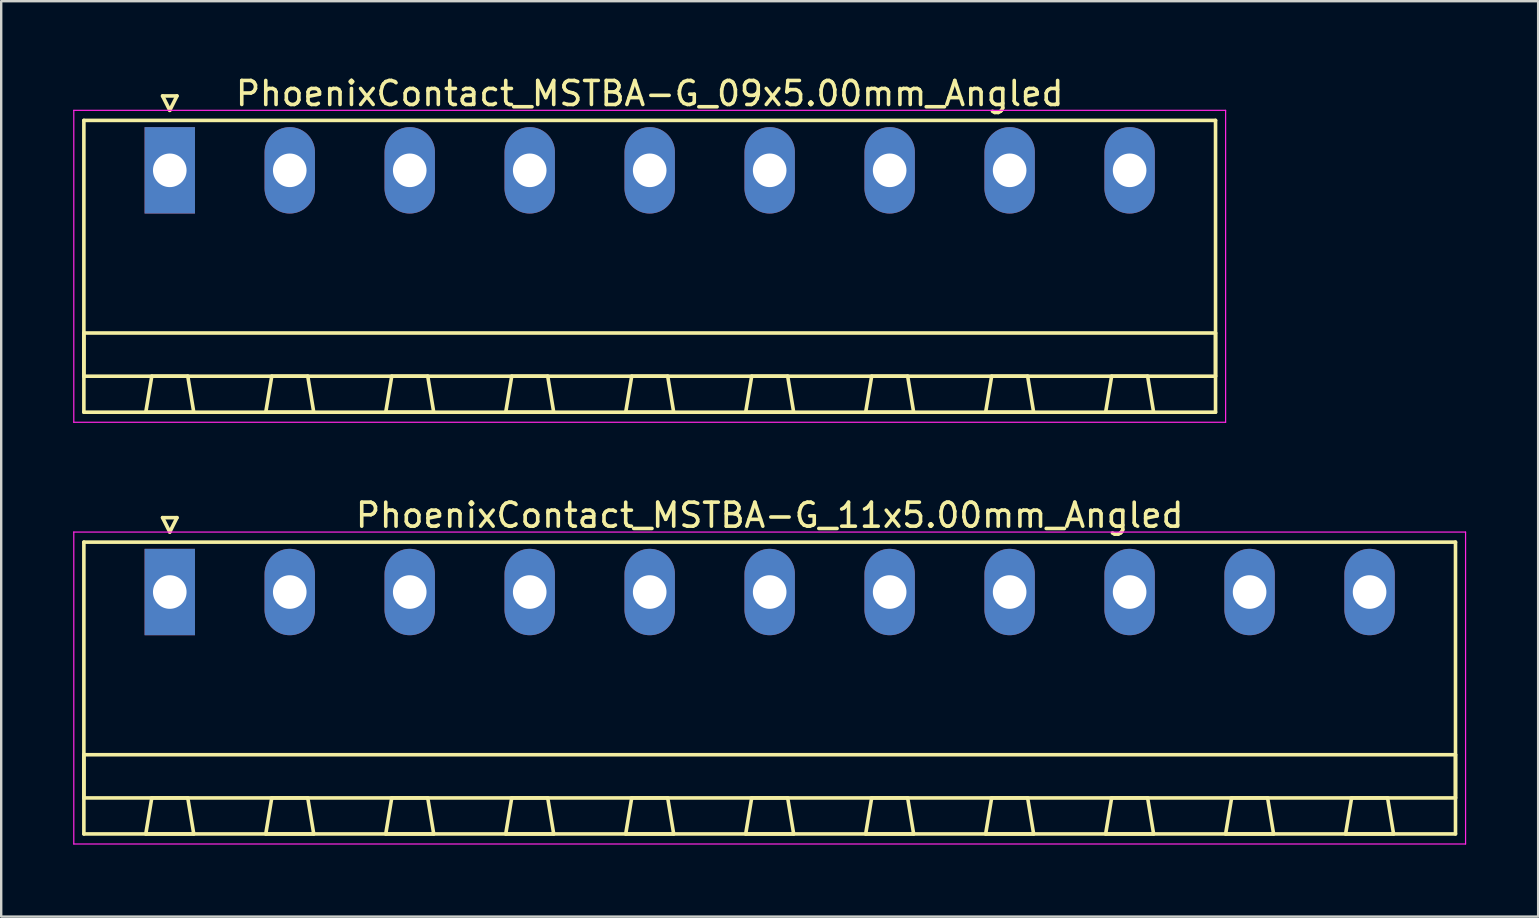
<source format=kicad_pcb>
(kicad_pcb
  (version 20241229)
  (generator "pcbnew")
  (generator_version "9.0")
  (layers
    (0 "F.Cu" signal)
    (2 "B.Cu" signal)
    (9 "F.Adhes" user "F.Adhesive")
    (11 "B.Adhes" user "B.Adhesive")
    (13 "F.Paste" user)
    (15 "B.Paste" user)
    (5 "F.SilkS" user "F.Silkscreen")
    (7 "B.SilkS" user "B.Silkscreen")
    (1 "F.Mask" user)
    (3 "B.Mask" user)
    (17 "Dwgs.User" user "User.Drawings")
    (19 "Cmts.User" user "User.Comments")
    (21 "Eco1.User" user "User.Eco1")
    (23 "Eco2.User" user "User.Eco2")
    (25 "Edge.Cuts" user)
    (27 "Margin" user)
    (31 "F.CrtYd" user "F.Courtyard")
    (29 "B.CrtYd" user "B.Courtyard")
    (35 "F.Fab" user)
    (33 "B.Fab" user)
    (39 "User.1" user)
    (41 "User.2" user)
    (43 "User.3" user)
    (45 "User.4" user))
  (footprint "PhoenixContact_MSTBA-G_09x5.00mm_Angled"
    (layer "F.Cu")
    (at 4.025 4.048)
    (property "Reference" "PhoenixContact_MSTBA-G_09x5.00mm_Angled" (at 20 -3.2 0) (layer "F.SilkS") (effects (font (size 1 1) (thickness 0.15))))
    (attr through_hole)
    (fp_line (start -3.58 -2.08) (end -3.58 10.08) (stroke (width 0.15) (type solid)) (layer "F.SilkS"))
    (fp_line (start -3.58 6.78) (end 43.58 6.78) (stroke (width 0.15) (type solid)) (layer "F.SilkS"))
    (fp_line (start -3.58 8.58) (end -3.58 6.78) (stroke (width 0.15) (type solid)) (layer "F.SilkS"))
    (fp_line (start -3.58 10.08) (end 43.58 10.08) (stroke (width 0.15) (type solid)) (layer "F.SilkS"))
    (fp_line (start -1 10.08) (end 1 10.08) (stroke (width 0.15) (type solid)) (layer "F.SilkS"))
    (fp_line (start -0.75 8.58) (end -1 10.08) (stroke (width 0.15) (type solid)) (layer "F.SilkS"))
    (fp_line (start -0.3 -3.1) (end 0 -2.5) (stroke (width 0.15) (type solid)) (layer "F.SilkS"))
    (fp_line (start 0 -2.5) (end 0.3 -3.1) (stroke (width 0.15) (type solid)) (layer "F.SilkS"))
    (fp_line (start 0.3 -3.1) (end -0.3 -3.1) (stroke (width 0.15) (type solid)) (layer "F.SilkS"))
    (fp_line (start 0.75 8.58) (end -0.75 8.58) (stroke (width 0.15) (type solid)) (layer "F.SilkS"))
    (fp_line (start 1 10.08) (end 0.75 8.58) (stroke (width 0.15) (type solid)) (layer "F.SilkS"))
    (fp_line (start 4 10.08) (end 6 10.08) (stroke (width 0.15) (type solid)) (layer "F.SilkS"))
    (fp_line (start 4.25 8.58) (end 4 10.08) (stroke (width 0.15) (type solid)) (layer "F.SilkS"))
    (fp_line (start 5.75 8.58) (end 4.25 8.58) (stroke (width 0.15) (type solid)) (layer "F.SilkS"))
    (fp_line (start 6 10.08) (end 5.75 8.58) (stroke (width 0.15) (type solid)) (layer "F.SilkS"))
    (fp_line (start 9 10.08) (end 11 10.08) (stroke (width 0.15) (type solid)) (layer "F.SilkS"))
    (fp_line (start 9.25 8.58) (end 9 10.08) (stroke (width 0.15) (type solid)) (layer "F.SilkS"))
    (fp_line (start 10.75 8.58) (end 9.25 8.58) (stroke (width 0.15) (type solid)) (layer "F.SilkS"))
    (fp_line (start 11 10.08) (end 10.75 8.58) (stroke (width 0.15) (type solid)) (layer "F.SilkS"))
    (fp_line (start 14 10.08) (end 16 10.08) (stroke (width 0.15) (type solid)) (layer "F.SilkS"))
    (fp_line (start 14.25 8.58) (end 14 10.08) (stroke (width 0.15) (type solid)) (layer "F.SilkS"))
    (fp_line (start 15.75 8.58) (end 14.25 8.58) (stroke (width 0.15) (type solid)) (layer "F.SilkS"))
    (fp_line (start 16 10.08) (end 15.75 8.58) (stroke (width 0.15) (type solid)) (layer "F.SilkS"))
    (fp_line (start 19 10.08) (end 21 10.08) (stroke (width 0.15) (type solid)) (layer "F.SilkS"))
    (fp_line (start 19.25 8.58) (end 19 10.08) (stroke (width 0.15) (type solid)) (layer "F.SilkS"))
    (fp_line (start 20.75 8.58) (end 19.25 8.58) (stroke (width 0.15) (type solid)) (layer "F.SilkS"))
    (fp_line (start 21 10.08) (end 20.75 8.58) (stroke (width 0.15) (type solid)) (layer "F.SilkS"))
    (fp_line (start 24 10.08) (end 26 10.08) (stroke (width 0.15) (type solid)) (layer "F.SilkS"))
    (fp_line (start 24.25 8.58) (end 24 10.08) (stroke (width 0.15) (type solid)) (layer "F.SilkS"))
    (fp_line (start 25.75 8.58) (end 24.25 8.58) (stroke (width 0.15) (type solid)) (layer "F.SilkS"))
    (fp_line (start 26 10.08) (end 25.75 8.58) (stroke (width 0.15) (type solid)) (layer "F.SilkS"))
    (fp_line (start 29 10.08) (end 31 10.08) (stroke (width 0.15) (type solid)) (layer "F.SilkS"))
    (fp_line (start 29.25 8.58) (end 29 10.08) (stroke (width 0.15) (type solid)) (layer "F.SilkS"))
    (fp_line (start 30.75 8.58) (end 29.25 8.58) (stroke (width 0.15) (type solid)) (layer "F.SilkS"))
    (fp_line (start 31 10.08) (end 30.75 8.58) (stroke (width 0.15) (type solid)) (layer "F.SilkS"))
    (fp_line (start 34 10.08) (end 36 10.08) (stroke (width 0.15) (type solid)) (layer "F.SilkS"))
    (fp_line (start 34.25 8.58) (end 34 10.08) (stroke (width 0.15) (type solid)) (layer "F.SilkS"))
    (fp_line (start 35.75 8.58) (end 34.25 8.58) (stroke (width 0.15) (type solid)) (layer "F.SilkS"))
    (fp_line (start 36 10.08) (end 35.75 8.58) (stroke (width 0.15) (type solid)) (layer "F.SilkS"))
    (fp_line (start 39 10.08) (end 41 10.08) (stroke (width 0.15) (type solid)) (layer "F.SilkS"))
    (fp_line (start 39.25 8.58) (end 39 10.08) (stroke (width 0.15) (type solid)) (layer "F.SilkS"))
    (fp_line (start 40.75 8.58) (end 39.25 8.58) (stroke (width 0.15) (type solid)) (layer "F.SilkS"))
    (fp_line (start 41 10.08) (end 40.75 8.58) (stroke (width 0.15) (type solid)) (layer "F.SilkS"))
    (fp_line (start 43.58 -2.08) (end -3.58 -2.08) (stroke (width 0.15) (type solid)) (layer "F.SilkS"))
    (fp_line (start 43.58 6.78) (end 43.58 8.58) (stroke (width 0.15) (type solid)) (layer "F.SilkS"))
    (fp_line (start 43.58 8.58) (end -3.58 8.58) (stroke (width 0.15) (type solid)) (layer "F.SilkS"))
    (fp_line (start 43.58 10.08) (end 43.58 -2.08) (stroke (width 0.15) (type solid)) (layer "F.SilkS"))
    (fp_line (start -4 -2.5) (end -4 10.5) (stroke (width 0.05) (type solid)) (layer "F.CrtYd"))
    (fp_line (start -4 10.5) (end 44 10.5) (stroke (width 0.05) (type solid)) (layer "F.CrtYd"))
    (fp_line (start 44 -2.5) (end -4 -2.5) (stroke (width 0.05) (type solid)) (layer "F.CrtYd"))
    (fp_line (start 44 10.5) (end 44 -2.5) (stroke (width 0.05) (type solid)) (layer "F.CrtYd"))
    (pad "1" thru_hole rect (at 0 0) (size 2.1 3.6) (drill 1.4) (layers "*.Cu" "*.Mask"))
    (pad "2" thru_hole oval (at 5 0) (size 2.1 3.6) (drill 1.4) (layers "*.Cu" "*.Mask"))
    (pad "3" thru_hole oval (at 10 0) (size 2.1 3.6) (drill 1.4) (layers "*.Cu" "*.Mask"))
    (pad "4" thru_hole oval (at 15 0) (size 2.1 3.6) (drill 1.4) (layers "*.Cu" "*.Mask"))
    (pad "5" thru_hole oval (at 20 0) (size 2.1 3.6) (drill 1.4) (layers "*.Cu" "*.Mask"))
    (pad "6" thru_hole oval (at 25 0) (size 2.1 3.6) (drill 1.4) (layers "*.Cu" "*.Mask"))
    (pad "7" thru_hole oval (at 30 0) (size 2.1 3.6) (drill 1.4) (layers "*.Cu" "*.Mask"))
    (pad "8" thru_hole oval (at 35 0) (size 2.1 3.6) (drill 1.4) (layers "*.Cu" "*.Mask"))
    (pad "9" thru_hole oval (at 40 0) (size 2.1 3.6) (drill 1.4) (layers "*.Cu" "*.Mask")))
  (footprint "PhoenixContact_MSTBA-G_11x5.00mm_Angled"
    (layer "F.Cu")
    (at 4.025 21.622)
    (property "Reference" "PhoenixContact_MSTBA-G_11x5.00mm_Angled" (at 25 -3.2 0) (layer "F.SilkS") (effects (font (size 1 1) (thickness 0.15))))
    (attr through_hole)
    (fp_line (start -3.58 -2.08) (end -3.58 10.08) (stroke (width 0.15) (type solid)) (layer "F.SilkS"))
    (fp_line (start -3.58 6.78) (end 53.58 6.78) (stroke (width 0.15) (type solid)) (layer "F.SilkS"))
    (fp_line (start -3.58 8.58) (end -3.58 6.78) (stroke (width 0.15) (type solid)) (layer "F.SilkS"))
    (fp_line (start -3.58 10.08) (end 53.58 10.08) (stroke (width 0.15) (type solid)) (layer "F.SilkS"))
    (fp_line (start -1 10.08) (end 1 10.08) (stroke (width 0.15) (type solid)) (layer "F.SilkS"))
    (fp_line (start -0.75 8.58) (end -1 10.08) (stroke (width 0.15) (type solid)) (layer "F.SilkS"))
    (fp_line (start -0.3 -3.1) (end 0 -2.5) (stroke (width 0.15) (type solid)) (layer "F.SilkS"))
    (fp_line (start 0 -2.5) (end 0.3 -3.1) (stroke (width 0.15) (type solid)) (layer "F.SilkS"))
    (fp_line (start 0.3 -3.1) (end -0.3 -3.1) (stroke (width 0.15) (type solid)) (layer "F.SilkS"))
    (fp_line (start 0.75 8.58) (end -0.75 8.58) (stroke (width 0.15) (type solid)) (layer "F.SilkS"))
    (fp_line (start 1 10.08) (end 0.75 8.58) (stroke (width 0.15) (type solid)) (layer "F.SilkS"))
    (fp_line (start 4 10.08) (end 6 10.08) (stroke (width 0.15) (type solid)) (layer "F.SilkS"))
    (fp_line (start 4.25 8.58) (end 4 10.08) (stroke (width 0.15) (type solid)) (layer "F.SilkS"))
    (fp_line (start 5.75 8.58) (end 4.25 8.58) (stroke (width 0.15) (type solid)) (layer "F.SilkS"))
    (fp_line (start 6 10.08) (end 5.75 8.58) (stroke (width 0.15) (type solid)) (layer "F.SilkS"))
    (fp_line (start 9 10.08) (end 11 10.08) (stroke (width 0.15) (type solid)) (layer "F.SilkS"))
    (fp_line (start 9.25 8.58) (end 9 10.08) (stroke (width 0.15) (type solid)) (layer "F.SilkS"))
    (fp_line (start 10.75 8.58) (end 9.25 8.58) (stroke (width 0.15) (type solid)) (layer "F.SilkS"))
    (fp_line (start 11 10.08) (end 10.75 8.58) (stroke (width 0.15) (type solid)) (layer "F.SilkS"))
    (fp_line (start 14 10.08) (end 16 10.08) (stroke (width 0.15) (type solid)) (layer "F.SilkS"))
    (fp_line (start 14.25 8.58) (end 14 10.08) (stroke (width 0.15) (type solid)) (layer "F.SilkS"))
    (fp_line (start 15.75 8.58) (end 14.25 8.58) (stroke (width 0.15) (type solid)) (layer "F.SilkS"))
    (fp_line (start 16 10.08) (end 15.75 8.58) (stroke (width 0.15) (type solid)) (layer "F.SilkS"))
    (fp_line (start 19 10.08) (end 21 10.08) (stroke (width 0.15) (type solid)) (layer "F.SilkS"))
    (fp_line (start 19.25 8.58) (end 19 10.08) (stroke (width 0.15) (type solid)) (layer "F.SilkS"))
    (fp_line (start 20.75 8.58) (end 19.25 8.58) (stroke (width 0.15) (type solid)) (layer "F.SilkS"))
    (fp_line (start 21 10.08) (end 20.75 8.58) (stroke (width 0.15) (type solid)) (layer "F.SilkS"))
    (fp_line (start 24 10.08) (end 26 10.08) (stroke (width 0.15) (type solid)) (layer "F.SilkS"))
    (fp_line (start 24.25 8.58) (end 24 10.08) (stroke (width 0.15) (type solid)) (layer "F.SilkS"))
    (fp_line (start 25.75 8.58) (end 24.25 8.58) (stroke (width 0.15) (type solid)) (layer "F.SilkS"))
    (fp_line (start 26 10.08) (end 25.75 8.58) (stroke (width 0.15) (type solid)) (layer "F.SilkS"))
    (fp_line (start 29 10.08) (end 31 10.08) (stroke (width 0.15) (type solid)) (layer "F.SilkS"))
    (fp_line (start 29.25 8.58) (end 29 10.08) (stroke (width 0.15) (type solid)) (layer "F.SilkS"))
    (fp_line (start 30.75 8.58) (end 29.25 8.58) (stroke (width 0.15) (type solid)) (layer "F.SilkS"))
    (fp_line (start 31 10.08) (end 30.75 8.58) (stroke (width 0.15) (type solid)) (layer "F.SilkS"))
    (fp_line (start 34 10.08) (end 36 10.08) (stroke (width 0.15) (type solid)) (layer "F.SilkS"))
    (fp_line (start 34.25 8.58) (end 34 10.08) (stroke (width 0.15) (type solid)) (layer "F.SilkS"))
    (fp_line (start 35.75 8.58) (end 34.25 8.58) (stroke (width 0.15) (type solid)) (layer "F.SilkS"))
    (fp_line (start 36 10.08) (end 35.75 8.58) (stroke (width 0.15) (type solid)) (layer "F.SilkS"))
    (fp_line (start 39 10.08) (end 41 10.08) (stroke (width 0.15) (type solid)) (layer "F.SilkS"))
    (fp_line (start 39.25 8.58) (end 39 10.08) (stroke (width 0.15) (type solid)) (layer "F.SilkS"))
    (fp_line (start 40.75 8.58) (end 39.25 8.58) (stroke (width 0.15) (type solid)) (layer "F.SilkS"))
    (fp_line (start 41 10.08) (end 40.75 8.58) (stroke (width 0.15) (type solid)) (layer "F.SilkS"))
    (fp_line (start 44 10.08) (end 46 10.08) (stroke (width 0.15) (type solid)) (layer "F.SilkS"))
    (fp_line (start 44.25 8.58) (end 44 10.08) (stroke (width 0.15) (type solid)) (layer "F.SilkS"))
    (fp_line (start 45.75 8.58) (end 44.25 8.58) (stroke (width 0.15) (type solid)) (layer "F.SilkS"))
    (fp_line (start 46 10.08) (end 45.75 8.58) (stroke (width 0.15) (type solid)) (layer "F.SilkS"))
    (fp_line (start 49 10.08) (end 51 10.08) (stroke (width 0.15) (type solid)) (layer "F.SilkS"))
    (fp_line (start 49.25 8.58) (end 49 10.08) (stroke (width 0.15) (type solid)) (layer "F.SilkS"))
    (fp_line (start 50.75 8.58) (end 49.25 8.58) (stroke (width 0.15) (type solid)) (layer "F.SilkS"))
    (fp_line (start 51 10.08) (end 50.75 8.58) (stroke (width 0.15) (type solid)) (layer "F.SilkS"))
    (fp_line (start 53.58 -2.08) (end -3.58 -2.08) (stroke (width 0.15) (type solid)) (layer "F.SilkS"))
    (fp_line (start 53.58 6.78) (end 53.58 8.58) (stroke (width 0.15) (type solid)) (layer "F.SilkS"))
    (fp_line (start 53.58 8.58) (end -3.58 8.58) (stroke (width 0.15) (type solid)) (layer "F.SilkS"))
    (fp_line (start 53.58 10.08) (end 53.58 -2.08) (stroke (width 0.15) (type solid)) (layer "F.SilkS"))
    (fp_line (start -4 -2.5) (end -4 10.5) (stroke (width 0.05) (type solid)) (layer "F.CrtYd"))
    (fp_line (start -4 10.5) (end 54 10.5) (stroke (width 0.05) (type solid)) (layer "F.CrtYd"))
    (fp_line (start 54 -2.5) (end -4 -2.5) (stroke (width 0.05) (type solid)) (layer "F.CrtYd"))
    (fp_line (start 54 10.5) (end 54 -2.5) (stroke (width 0.05) (type solid)) (layer "F.CrtYd"))
    (pad "1" thru_hole rect (at 0 0) (size 2.1 3.6) (drill 1.4) (layers "*.Cu" "*.Mask"))
    (pad "2" thru_hole oval (at 5 0) (size 2.1 3.6) (drill 1.4) (layers "*.Cu" "*.Mask"))
    (pad "3" thru_hole oval (at 10 0) (size 2.1 3.6) (drill 1.4) (layers "*.Cu" "*.Mask"))
    (pad "4" thru_hole oval (at 15 0) (size 2.1 3.6) (drill 1.4) (layers "*.Cu" "*.Mask"))
    (pad "5" thru_hole oval (at 20 0) (size 2.1 3.6) (drill 1.4) (layers "*.Cu" "*.Mask"))
    (pad "6" thru_hole oval (at 25 0) (size 2.1 3.6) (drill 1.4) (layers "*.Cu" "*.Mask"))
    (pad "7" thru_hole oval (at 30 0) (size 2.1 3.6) (drill 1.4) (layers "*.Cu" "*.Mask"))
    (pad "8" thru_hole oval (at 35 0) (size 2.1 3.6) (drill 1.4) (layers "*.Cu" "*.Mask"))
    (pad "9" thru_hole oval (at 40 0) (size 2.1 3.6) (drill 1.4) (layers "*.Cu" "*.Mask"))
    (pad "10" thru_hole oval (at 45 0) (size 2.1 3.6) (drill 1.4) (layers "*.Cu" "*.Mask"))
    (pad "11" thru_hole oval (at 50 0) (size 2.1 3.6) (drill 1.4) (layers "*.Cu" "*.Mask")))
  (gr_rect
    (start -3 -3)
    (end 61.05 35.147)
    (stroke (width 0.1) (type default))
    (fill no)
    (layer "Edge.Cuts")))
</source>
